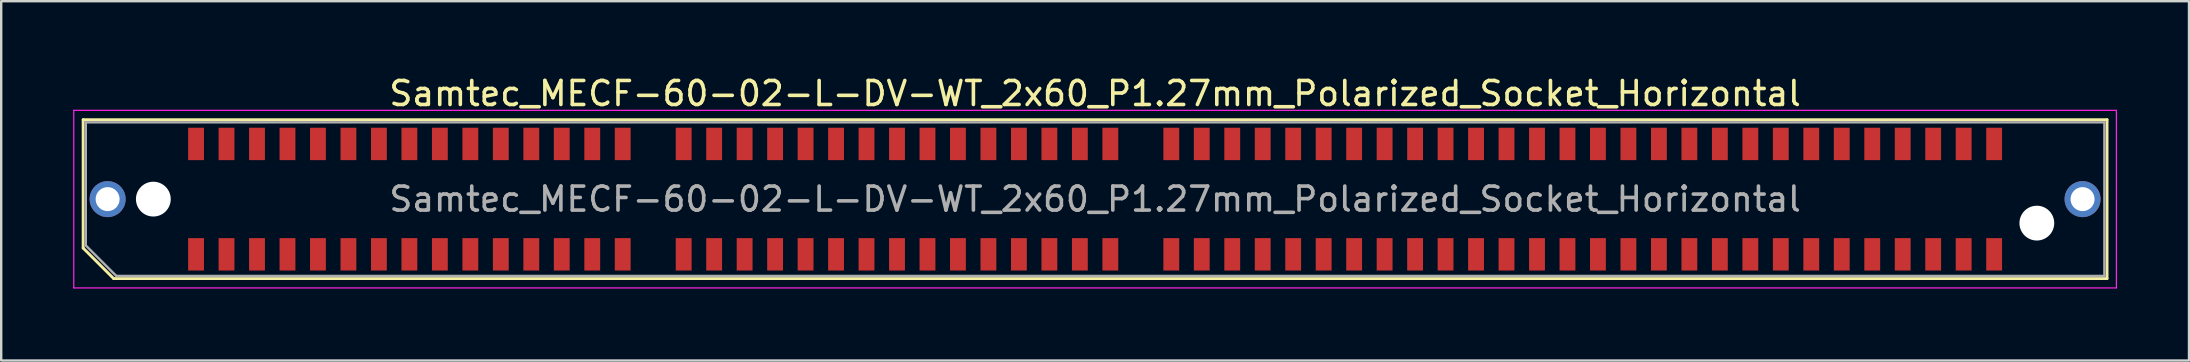
<source format=kicad_pcb>
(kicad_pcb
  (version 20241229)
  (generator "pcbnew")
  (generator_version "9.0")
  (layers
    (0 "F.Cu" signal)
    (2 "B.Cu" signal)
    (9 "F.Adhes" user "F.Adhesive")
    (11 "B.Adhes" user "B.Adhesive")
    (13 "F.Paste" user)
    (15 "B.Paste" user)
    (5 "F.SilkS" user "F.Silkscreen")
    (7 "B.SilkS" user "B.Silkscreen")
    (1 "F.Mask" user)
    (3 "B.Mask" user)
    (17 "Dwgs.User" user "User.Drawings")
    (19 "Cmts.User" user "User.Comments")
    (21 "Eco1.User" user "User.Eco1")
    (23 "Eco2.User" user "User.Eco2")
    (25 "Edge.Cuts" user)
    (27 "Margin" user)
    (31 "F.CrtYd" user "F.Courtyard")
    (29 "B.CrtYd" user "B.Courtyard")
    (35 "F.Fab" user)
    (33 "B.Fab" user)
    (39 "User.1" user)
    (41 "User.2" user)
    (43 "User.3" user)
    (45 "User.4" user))
  (footprint "Samtec_MECF-60-02-L-DV-WT_2x60_P1.27mm_Polarized_Socket_Horizontal"
    (layer "F.Cu")
    (at 42.585 5.248)
    (property "Reference" "Samtec_MECF-60-02-L-DV-WT_2x60_P1.27mm_Polarized_Socket_Horizontal" (at 0 -4.4 0) (layer "F.SilkS") (effects (font (size 1 1) (thickness 0.15))))
    (attr smd)
    (fp_line (start -42.17 -3.31) (end 42.17 -3.31) (stroke (width 0.12) (type solid)) (layer "F.SilkS"))
    (fp_line (start -42.17 2.04) (end -42.17 -3.31) (stroke (width 0.12) (type solid)) (layer "F.SilkS"))
    (fp_line (start -40.9 3.31) (end -42.17 2.04) (stroke (width 0.12) (type solid)) (layer "F.SilkS"))
    (fp_line (start -40.9 3.31) (end 42.17 3.31) (stroke (width 0.12) (type solid)) (layer "F.SilkS"))
    (fp_line (start 42.17 3.31) (end 42.17 -3.31) (stroke (width 0.12) (type solid)) (layer "F.SilkS"))
    (fp_line (start -42.56 -3.7) (end -42.56 3.7) (stroke (width 0.05) (type solid)) (layer "F.CrtYd"))
    (fp_line (start -42.56 3.7) (end 42.56 3.7) (stroke (width 0.05) (type solid)) (layer "F.CrtYd"))
    (fp_line (start 42.56 -3.7) (end -42.56 -3.7) (stroke (width 0.05) (type solid)) (layer "F.CrtYd"))
    (fp_line (start 42.56 3.7) (end 42.56 -3.7) (stroke (width 0.05) (type solid)) (layer "F.CrtYd"))
    (fp_line (start -42.06 -3.2) (end 42.06 -3.2) (stroke (width 0.1) (type solid)) (layer "F.Fab"))
    (fp_line (start -42.06 1.93) (end -42.06 -3.2) (stroke (width 0.1) (type solid)) (layer "F.Fab"))
    (fp_line (start -42.06 1.93) (end -40.79 3.2) (stroke (width 0.1) (type solid)) (layer "F.Fab"))
    (fp_line (start -40.79 3.2) (end 42.06 3.2) (stroke (width 0.1) (type solid)) (layer "F.Fab"))
    (fp_line (start 42.06 3.2) (end 42.06 -3.2) (stroke (width 0.1) (type solid)) (layer "F.Fab"))
    (fp_text user "${REFERENCE}" (at 0 0 0) (layer "F.Fab") (effects (font (size 1 1) (thickness 0.15))))
    (pad "" thru_hole circle (at -41.15 0) (size 1.5 1.5) (drill 1) (layers "*.Cu" "*.Mask"))
    (pad "" np_thru_hole circle (at -39.245 0) (size 1.45 1.45) (drill 1.45) (layers "*.Cu" "*.Mask"))
    (pad "" np_thru_hole circle (at 39.245 1) (size 1.45 1.45) (drill 1.45) (layers "*.Cu" "*.Mask"))
    (pad "" thru_hole circle (at 41.15 0) (size 1.5 1.5) (drill 1) (layers "*.Cu" "*.Mask"))
    (pad "1" smd rect (at -37.465 2.3) (size 0.66 1.35) (layers "F.Cu" "F.Mask" "F.Paste"))
    (pad "2" smd rect (at -37.465 -2.3) (size 0.66 1.35) (layers "F.Cu" "F.Mask" "F.Paste"))
    (pad "3" smd rect (at -36.195 2.3) (size 0.66 1.35) (layers "F.Cu" "F.Mask" "F.Paste"))
    (pad "4" smd rect (at -36.195 -2.3) (size 0.66 1.35) (layers "F.Cu" "F.Mask" "F.Paste"))
    (pad "5" smd rect (at -34.925 2.3) (size 0.66 1.35) (layers "F.Cu" "F.Mask" "F.Paste"))
    (pad "6" smd rect (at -34.925 -2.3) (size 0.66 1.35) (layers "F.Cu" "F.Mask" "F.Paste"))
    (pad "7" smd rect (at -33.655 2.3) (size 0.66 1.35) (layers "F.Cu" "F.Mask" "F.Paste"))
    (pad "8" smd rect (at -33.655 -2.3) (size 0.66 1.35) (layers "F.Cu" "F.Mask" "F.Paste"))
    (pad "9" smd rect (at -32.385 2.3) (size 0.66 1.35) (layers "F.Cu" "F.Mask" "F.Paste"))
    (pad "10" smd rect (at -32.385 -2.3) (size 0.66 1.35) (layers "F.Cu" "F.Mask" "F.Paste"))
    (pad "11" smd rect (at -31.115 2.3) (size 0.66 1.35) (layers "F.Cu" "F.Mask" "F.Paste"))
    (pad "12" smd rect (at -31.115 -2.3) (size 0.66 1.35) (layers "F.Cu" "F.Mask" "F.Paste"))
    (pad "13" smd rect (at -29.845 2.3) (size 0.66 1.35) (layers "F.Cu" "F.Mask" "F.Paste"))
    (pad "14" smd rect (at -29.845 -2.3) (size 0.66 1.35) (layers "F.Cu" "F.Mask" "F.Paste"))
    (pad "15" smd rect (at -28.575 2.3) (size 0.66 1.35) (layers "F.Cu" "F.Mask" "F.Paste"))
    (pad "16" smd rect (at -28.575 -2.3) (size 0.66 1.35) (layers "F.Cu" "F.Mask" "F.Paste"))
    (pad "17" smd rect (at -27.305 2.3) (size 0.66 1.35) (layers "F.Cu" "F.Mask" "F.Paste"))
    (pad "18" smd rect (at -27.305 -2.3) (size 0.66 1.35) (layers "F.Cu" "F.Mask" "F.Paste"))
    (pad "19" smd rect (at -26.035 2.3) (size 0.66 1.35) (layers "F.Cu" "F.Mask" "F.Paste"))
    (pad "20" smd rect (at -26.035 -2.3) (size 0.66 1.35) (layers "F.Cu" "F.Mask" "F.Paste"))
    (pad "21" smd rect (at -24.765 2.3) (size 0.66 1.35) (layers "F.Cu" "F.Mask" "F.Paste"))
    (pad "22" smd rect (at -24.765 -2.3) (size 0.66 1.35) (layers "F.Cu" "F.Mask" "F.Paste"))
    (pad "23" smd rect (at -23.495 2.3) (size 0.66 1.35) (layers "F.Cu" "F.Mask" "F.Paste"))
    (pad "24" smd rect (at -23.495 -2.3) (size 0.66 1.35) (layers "F.Cu" "F.Mask" "F.Paste"))
    (pad "25" smd rect (at -22.225 2.3) (size 0.66 1.35) (layers "F.Cu" "F.Mask" "F.Paste"))
    (pad "26" smd rect (at -22.225 -2.3) (size 0.66 1.35) (layers "F.Cu" "F.Mask" "F.Paste"))
    (pad "27" smd rect (at -20.955 2.3) (size 0.66 1.35) (layers "F.Cu" "F.Mask" "F.Paste"))
    (pad "28" smd rect (at -20.955 -2.3) (size 0.66 1.35) (layers "F.Cu" "F.Mask" "F.Paste"))
    (pad "29" smd rect (at -19.685 2.3) (size 0.66 1.35) (layers "F.Cu" "F.Mask" "F.Paste"))
    (pad "30" smd rect (at -19.685 -2.3) (size 0.66 1.35) (layers "F.Cu" "F.Mask" "F.Paste"))
    (pad "33" smd rect (at -17.145 2.3) (size 0.66 1.35) (layers "F.Cu" "F.Mask" "F.Paste"))
    (pad "34" smd rect (at -17.145 -2.3) (size 0.66 1.35) (layers "F.Cu" "F.Mask" "F.Paste"))
    (pad "35" smd rect (at -15.875 2.3) (size 0.66 1.35) (layers "F.Cu" "F.Mask" "F.Paste"))
    (pad "36" smd rect (at -15.875 -2.3) (size 0.66 1.35) (layers "F.Cu" "F.Mask" "F.Paste"))
    (pad "37" smd rect (at -14.605 2.3) (size 0.66 1.35) (layers "F.Cu" "F.Mask" "F.Paste"))
    (pad "38" smd rect (at -14.605 -2.3) (size 0.66 1.35) (layers "F.Cu" "F.Mask" "F.Paste"))
    (pad "39" smd rect (at -13.335 2.3) (size 0.66 1.35) (layers "F.Cu" "F.Mask" "F.Paste"))
    (pad "40" smd rect (at -13.335 -2.3) (size 0.66 1.35) (layers "F.Cu" "F.Mask" "F.Paste"))
    (pad "41" smd rect (at -12.065 2.3) (size 0.66 1.35) (layers "F.Cu" "F.Mask" "F.Paste"))
    (pad "42" smd rect (at -12.065 -2.3) (size 0.66 1.35) (layers "F.Cu" "F.Mask" "F.Paste"))
    (pad "43" smd rect (at -10.795 2.3) (size 0.66 1.35) (layers "F.Cu" "F.Mask" "F.Paste"))
    (pad "44" smd rect (at -10.795 -2.3) (size 0.66 1.35) (layers "F.Cu" "F.Mask" "F.Paste"))
    (pad "45" smd rect (at -9.525 2.3) (size 0.66 1.35) (layers "F.Cu" "F.Mask" "F.Paste"))
    (pad "46" smd rect (at -9.525 -2.3) (size 0.66 1.35) (layers "F.Cu" "F.Mask" "F.Paste"))
    (pad "47" smd rect (at -8.255 2.3) (size 0.66 1.35) (layers "F.Cu" "F.Mask" "F.Paste"))
    (pad "48" smd rect (at -8.255 -2.3) (size 0.66 1.35) (layers "F.Cu" "F.Mask" "F.Paste"))
    (pad "49" smd rect (at -6.985 2.3) (size 0.66 1.35) (layers "F.Cu" "F.Mask" "F.Paste"))
    (pad "50" smd rect (at -6.985 -2.3) (size 0.66 1.35) (layers "F.Cu" "F.Mask" "F.Paste"))
    (pad "51" smd rect (at -5.715 2.3) (size 0.66 1.35) (layers "F.Cu" "F.Mask" "F.Paste"))
    (pad "52" smd rect (at -5.715 -2.3) (size 0.66 1.35) (layers "F.Cu" "F.Mask" "F.Paste"))
    (pad "53" smd rect (at -4.445 2.3) (size 0.66 1.35) (layers "F.Cu" "F.Mask" "F.Paste"))
    (pad "54" smd rect (at -4.445 -2.3) (size 0.66 1.35) (layers "F.Cu" "F.Mask" "F.Paste"))
    (pad "55" smd rect (at -3.175 2.3) (size 0.66 1.35) (layers "F.Cu" "F.Mask" "F.Paste"))
    (pad "56" smd rect (at -3.175 -2.3) (size 0.66 1.35) (layers "F.Cu" "F.Mask" "F.Paste"))
    (pad "57" smd rect (at -1.905 2.3) (size 0.66 1.35) (layers "F.Cu" "F.Mask" "F.Paste"))
    (pad "58" smd rect (at -1.905 -2.3) (size 0.66 1.35) (layers "F.Cu" "F.Mask" "F.Paste"))
    (pad "59" smd rect (at -0.635 2.3) (size 0.66 1.35) (layers "F.Cu" "F.Mask" "F.Paste"))
    (pad "60" smd rect (at -0.635 -2.3) (size 0.66 1.35) (layers "F.Cu" "F.Mask" "F.Paste"))
    (pad "61" smd rect (at 0.635 2.3) (size 0.66 1.35) (layers "F.Cu" "F.Mask" "F.Paste"))
    (pad "62" smd rect (at 0.635 -2.3) (size 0.66 1.35) (layers "F.Cu" "F.Mask" "F.Paste"))
    (pad "65" smd rect (at 3.175 2.3) (size 0.66 1.35) (layers "F.Cu" "F.Mask" "F.Paste"))
    (pad "66" smd rect (at 3.175 -2.3) (size 0.66 1.35) (layers "F.Cu" "F.Mask" "F.Paste"))
    (pad "67" smd rect (at 4.445 2.3) (size 0.66 1.35) (layers "F.Cu" "F.Mask" "F.Paste"))
    (pad "68" smd rect (at 4.445 -2.3) (size 0.66 1.35) (layers "F.Cu" "F.Mask" "F.Paste"))
    (pad "69" smd rect (at 5.715 2.3) (size 0.66 1.35) (layers "F.Cu" "F.Mask" "F.Paste"))
    (pad "70" smd rect (at 5.715 -2.3) (size 0.66 1.35) (layers "F.Cu" "F.Mask" "F.Paste"))
    (pad "71" smd rect (at 6.985 2.3) (size 0.66 1.35) (layers "F.Cu" "F.Mask" "F.Paste"))
    (pad "72" smd rect (at 6.985 -2.3) (size 0.66 1.35) (layers "F.Cu" "F.Mask" "F.Paste"))
    (pad "73" smd rect (at 8.255 2.3) (size 0.66 1.35) (layers "F.Cu" "F.Mask" "F.Paste"))
    (pad "74" smd rect (at 8.255 -2.3) (size 0.66 1.35) (layers "F.Cu" "F.Mask" "F.Paste"))
    (pad "75" smd rect (at 9.525 2.3) (size 0.66 1.35) (layers "F.Cu" "F.Mask" "F.Paste"))
    (pad "76" smd rect (at 9.525 -2.3) (size 0.66 1.35) (layers "F.Cu" "F.Mask" "F.Paste"))
    (pad "77" smd rect (at 10.795 2.3) (size 0.66 1.35) (layers "F.Cu" "F.Mask" "F.Paste"))
    (pad "78" smd rect (at 10.795 -2.3) (size 0.66 1.35) (layers "F.Cu" "F.Mask" "F.Paste"))
    (pad "79" smd rect (at 12.065 2.3) (size 0.66 1.35) (layers "F.Cu" "F.Mask" "F.Paste"))
    (pad "80" smd rect (at 12.065 -2.3) (size 0.66 1.35) (layers "F.Cu" "F.Mask" "F.Paste"))
    (pad "81" smd rect (at 13.335 2.3) (size 0.66 1.35) (layers "F.Cu" "F.Mask" "F.Paste"))
    (pad "82" smd rect (at 13.335 -2.3) (size 0.66 1.35) (layers "F.Cu" "F.Mask" "F.Paste"))
    (pad "83" smd rect (at 14.605 2.3) (size 0.66 1.35) (layers "F.Cu" "F.Mask" "F.Paste"))
    (pad "84" smd rect (at 14.605 -2.3) (size 0.66 1.35) (layers "F.Cu" "F.Mask" "F.Paste"))
    (pad "85" smd rect (at 15.875 2.3) (size 0.66 1.35) (layers "F.Cu" "F.Mask" "F.Paste"))
    (pad "86" smd rect (at 15.875 -2.3) (size 0.66 1.35) (layers "F.Cu" "F.Mask" "F.Paste"))
    (pad "87" smd rect (at 17.145 2.3) (size 0.66 1.35) (layers "F.Cu" "F.Mask" "F.Paste"))
    (pad "88" smd rect (at 17.145 -2.3) (size 0.66 1.35) (layers "F.Cu" "F.Mask" "F.Paste"))
    (pad "89" smd rect (at 18.415 2.3) (size 0.66 1.35) (layers "F.Cu" "F.Mask" "F.Paste"))
    (pad "90" smd rect (at 18.415 -2.3) (size 0.66 1.35) (layers "F.Cu" "F.Mask" "F.Paste"))
    (pad "91" smd rect (at 19.685 2.3) (size 0.66 1.35) (layers "F.Cu" "F.Mask" "F.Paste"))
    (pad "92" smd rect (at 19.685 -2.3) (size 0.66 1.35) (layers "F.Cu" "F.Mask" "F.Paste"))
    (pad "93" smd rect (at 20.955 2.3) (size 0.66 1.35) (layers "F.Cu" "F.Mask" "F.Paste"))
    (pad "94" smd rect (at 20.955 -2.3) (size 0.66 1.35) (layers "F.Cu" "F.Mask" "F.Paste"))
    (pad "95" smd rect (at 22.225 2.3) (size 0.66 1.35) (layers "F.Cu" "F.Mask" "F.Paste"))
    (pad "96" smd rect (at 22.225 -2.3) (size 0.66 1.35) (layers "F.Cu" "F.Mask" "F.Paste"))
    (pad "97" smd rect (at 23.495 2.3) (size 0.66 1.35) (layers "F.Cu" "F.Mask" "F.Paste"))
    (pad "98" smd rect (at 23.495 -2.3) (size 0.66 1.35) (layers "F.Cu" "F.Mask" "F.Paste"))
    (pad "99" smd rect (at 24.765 2.3) (size 0.66 1.35) (layers "F.Cu" "F.Mask" "F.Paste"))
    (pad "100" smd rect (at 24.765 -2.3) (size 0.66 1.35) (layers "F.Cu" "F.Mask" "F.Paste"))
    (pad "101" smd rect (at 26.035 2.3) (size 0.66 1.35) (layers "F.Cu" "F.Mask" "F.Paste"))
    (pad "102" smd rect (at 26.035 -2.3) (size 0.66 1.35) (layers "F.Cu" "F.Mask" "F.Paste"))
    (pad "103" smd rect (at 27.305 2.3) (size 0.66 1.35) (layers "F.Cu" "F.Mask" "F.Paste"))
    (pad "104" smd rect (at 27.305 -2.3) (size 0.66 1.35) (layers "F.Cu" "F.Mask" "F.Paste"))
    (pad "105" smd rect (at 28.575 2.3) (size 0.66 1.35) (layers "F.Cu" "F.Mask" "F.Paste"))
    (pad "106" smd rect (at 28.575 -2.3) (size 0.66 1.35) (layers "F.Cu" "F.Mask" "F.Paste"))
    (pad "107" smd rect (at 29.845 2.3) (size 0.66 1.35) (layers "F.Cu" "F.Mask" "F.Paste"))
    (pad "108" smd rect (at 29.845 -2.3) (size 0.66 1.35) (layers "F.Cu" "F.Mask" "F.Paste"))
    (pad "109" smd rect (at 31.115 2.3) (size 0.66 1.35) (layers "F.Cu" "F.Mask" "F.Paste"))
    (pad "110" smd rect (at 31.115 -2.3) (size 0.66 1.35) (layers "F.Cu" "F.Mask" "F.Paste"))
    (pad "111" smd rect (at 32.385 2.3) (size 0.66 1.35) (layers "F.Cu" "F.Mask" "F.Paste"))
    (pad "112" smd rect (at 32.385 -2.3) (size 0.66 1.35) (layers "F.Cu" "F.Mask" "F.Paste"))
    (pad "113" smd rect (at 33.655 2.3) (size 0.66 1.35) (layers "F.Cu" "F.Mask" "F.Paste"))
    (pad "114" smd rect (at 33.655 -2.3) (size 0.66 1.35) (layers "F.Cu" "F.Mask" "F.Paste"))
    (pad "115" smd rect (at 34.925 2.3) (size 0.66 1.35) (layers "F.Cu" "F.Mask" "F.Paste"))
    (pad "116" smd rect (at 34.925 -2.3) (size 0.66 1.35) (layers "F.Cu" "F.Mask" "F.Paste"))
    (pad "117" smd rect (at 36.195 2.3) (size 0.66 1.35) (layers "F.Cu" "F.Mask" "F.Paste"))
    (pad "118" smd rect (at 36.195 -2.3) (size 0.66 1.35) (layers "F.Cu" "F.Mask" "F.Paste"))
    (pad "119" smd rect (at 37.465 2.3) (size 0.66 1.35) (layers "F.Cu" "F.Mask" "F.Paste"))
    (pad "120" smd rect (at 37.465 -2.3) (size 0.66 1.35) (layers "F.Cu" "F.Mask" "F.Paste")))
  (gr_rect
    (start -3 -3)
    (end 88.17 11.973)
    (stroke (width 0.1) (type default))
    (fill no)
    (layer "Edge.Cuts")))
</source>
